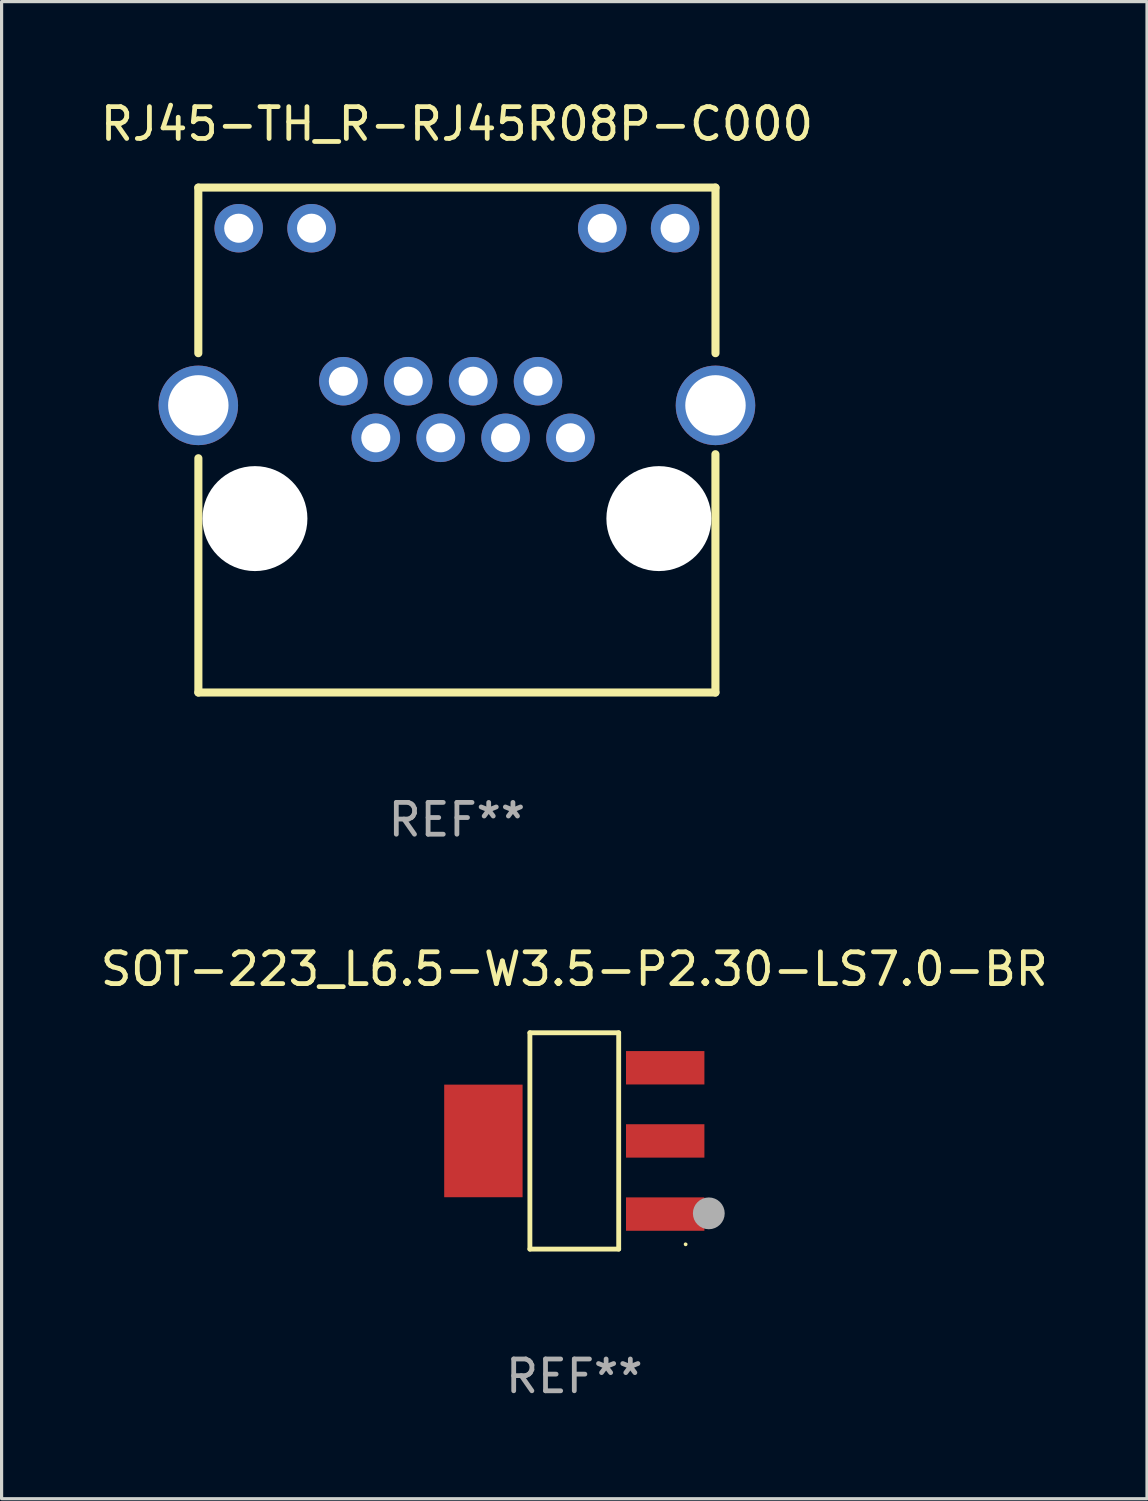
<source format=kicad_pcb>
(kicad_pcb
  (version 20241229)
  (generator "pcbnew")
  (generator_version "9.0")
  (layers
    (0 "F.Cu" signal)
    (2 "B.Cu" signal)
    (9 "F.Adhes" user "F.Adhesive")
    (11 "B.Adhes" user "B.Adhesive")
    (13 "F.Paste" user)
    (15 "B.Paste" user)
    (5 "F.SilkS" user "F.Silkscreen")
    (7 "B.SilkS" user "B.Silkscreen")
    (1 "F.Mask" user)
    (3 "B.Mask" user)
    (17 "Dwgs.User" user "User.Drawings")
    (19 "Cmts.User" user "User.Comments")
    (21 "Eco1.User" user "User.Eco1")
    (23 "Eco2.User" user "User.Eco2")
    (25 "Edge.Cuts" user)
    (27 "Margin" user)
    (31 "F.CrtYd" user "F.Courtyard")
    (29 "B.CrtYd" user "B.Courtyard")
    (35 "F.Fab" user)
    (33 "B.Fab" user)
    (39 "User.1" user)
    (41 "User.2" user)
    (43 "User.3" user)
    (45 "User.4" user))
  (footprint "SOT-223_L6.5-W3.5-P2.30-LS7.0-BR"
    (layer "F.Cu")
    (at 15.006 32.821)
    (property "Reference" "SOT-223_L6.5-W3.5-P2.30-LS7.0-BR" (at 0 -5.401 0) (layer "F.SilkS") (effects (font (size 1 1) (thickness 0.15))))
    (attr smd)
    (fp_line (start -1.396 -3.401) (end 1.396 -3.401) (stroke (width 0.152) (type solid)) (layer "F.SilkS"))
    (fp_line (start -1.396 3.401) (end -1.396 -3.401) (stroke (width 0.152) (type solid)) (layer "F.SilkS"))
    (fp_line (start 1.396 -3.401) (end 1.396 3.401) (stroke (width 0.152) (type solid)) (layer "F.SilkS"))
    (fp_line (start 1.396 3.401) (end -1.396 3.401) (stroke (width 0.152) (type solid)) (layer "F.SilkS"))
    (fp_circle (center 3.5 3.25) (end 3.53 3.25) (stroke (width 0.06) (type solid)) (fill no) (layer "F.SilkS"))
    (fp_circle (center 4.229 2.277) (end 4.479 2.277) (stroke (width 0.5) (type solid)) (fill no) (layer "F.Fab"))
    (fp_text user "REF**" (at 0 7.401 0) (layer "F.Fab") (effects (font (size 1 1) (thickness 0.15))))
    (pad "1" smd rect (at 2.858 2.3) (size 2.465 1.05) (layers "F.Cu" "F.Mask" "F.Paste"))
    (pad "2" smd rect (at 2.858 0) (size 2.465 1.05) (layers "F.Cu" "F.Mask" "F.Paste"))
    (pad "3" smd rect (at 2.858 -2.3) (size 2.465 1.05) (layers "F.Cu" "F.Mask" "F.Paste"))
    (pad "4" smd rect (at -2.858 0) (size 2.465 3.54) (layers "F.Cu" "F.Mask" "F.Paste")))
  (footprint "RJ45-TH_R-RJ45R08P-C000"
    (layer "F.Cu")
    (at 11.315 7.42)
    (property "Reference" "RJ45-TH_R-RJ45R08P-C000" (at 0 -6.572 0) (layer "F.SilkS") (effects (font (size 1 1) (thickness 0.15))))
    (attr through_hole)
    (fp_line (start -8.13 -4.572) (end -8.13 0.635) (stroke (width 0.254) (type solid)) (layer "F.SilkS"))
    (fp_line (start -8.128 3.937) (end -8.128 11.303) (stroke (width 0.254) (type solid)) (layer "F.SilkS"))
    (fp_line (start -8.128 11.303) (end 8.128 11.303) (stroke (width 0.254) (type solid)) (layer "F.SilkS"))
    (fp_line (start 8.128 11.303) (end 8.128 3.81) (stroke (width 0.254) (type solid)) (layer "F.SilkS"))
    (fp_line (start 8.13 -4.572) (end -8.13 -4.572) (stroke (width 0.254) (type solid)) (layer "F.SilkS"))
    (fp_line (start 8.13 0.635) (end 8.13 -4.572) (stroke (width 0.254) (type solid)) (layer "F.SilkS"))
    (fp_circle (center 8.13 11.235) (end 8.16 11.235) (stroke (width 0.06) (type solid)) (fill no) (layer "F.SilkS"))
    (fp_circle (center -6.35 5.835) (end -5.6 5.835) (stroke (width 1.5) (type solid)) (fill no) (layer "F.Fab"))
    (fp_circle (center 6.35 5.835) (end 7.1 5.835) (stroke (width 1.5) (type solid)) (fill no) (layer "F.Fab"))
    (fp_text user "REF**" (at 0 15.303 0) (layer "F.Fab") (effects (font (size 1 1) (thickness 0.15))))
    (pad "" np_thru_hole circle (at -6.35 5.835) (size 3.3 3.3) (drill 3.3) (layers "*.Cu" "*.Mask"))
    (pad "" np_thru_hole circle (at 6.35 5.835) (size 3.3 3.3) (drill 3.3) (layers "*.Cu" "*.Mask"))
    (pad "1" thru_hole circle (at 3.57 3.295) (size 1.524 1.524) (drill 0.914) (layers "*.Cu" "*.Mask"))
    (pad "2" thru_hole circle (at 2.55 1.515) (size 1.524 1.524) (drill 0.914) (layers "*.Cu" "*.Mask"))
    (pad "3" thru_hole circle (at 1.53 3.295) (size 1.524 1.524) (drill 0.914) (layers "*.Cu" "*.Mask"))
    (pad "4" thru_hole circle (at 0.51 1.515) (size 1.524 1.524) (drill 0.914) (layers "*.Cu" "*.Mask"))
    (pad "5" thru_hole circle (at -0.51 3.295) (size 1.524 1.524) (drill 0.914) (layers "*.Cu" "*.Mask"))
    (pad "6" thru_hole circle (at -1.53 1.515) (size 1.524 1.524) (drill 0.914) (layers "*.Cu" "*.Mask"))
    (pad "7" thru_hole circle (at -2.55 3.295) (size 1.524 1.524) (drill 0.914) (layers "*.Cu" "*.Mask"))
    (pad "8" thru_hole circle (at -3.57 1.515) (size 1.524 1.524) (drill 0.914) (layers "*.Cu" "*.Mask"))
    (pad "9" thru_hole circle (at -6.86 -3.295) (size 1.524 1.524) (drill 0.914) (layers "*.Cu" "*.Mask"))
    (pad "10" thru_hole circle (at -4.57 -3.295) (size 1.524 1.524) (drill 0.914) (layers "*.Cu" "*.Mask"))
    (pad "11" thru_hole circle (at 4.57 -3.295) (size 1.524 1.524) (drill 0.914) (layers "*.Cu" "*.Mask"))
    (pad "12" thru_hole circle (at 6.86 -3.295) (size 1.524 1.524) (drill 0.914) (layers "*.Cu" "*.Mask"))
    (pad "13" thru_hole circle (at 8.13 2.275) (size 2.5 2.5) (drill 1.9) (layers "*.Cu" "*.Mask"))
    (pad "14" thru_hole circle (at -8.13 2.275) (size 2.5 2.5) (drill 1.9) (layers "*.Cu" "*.Mask")))
  (gr_rect
    (start -3 -3)
    (end 33.012 44.07)
    (stroke (width 0.1) (type default))
    (fill no)
    (layer "Edge.Cuts")))
</source>
